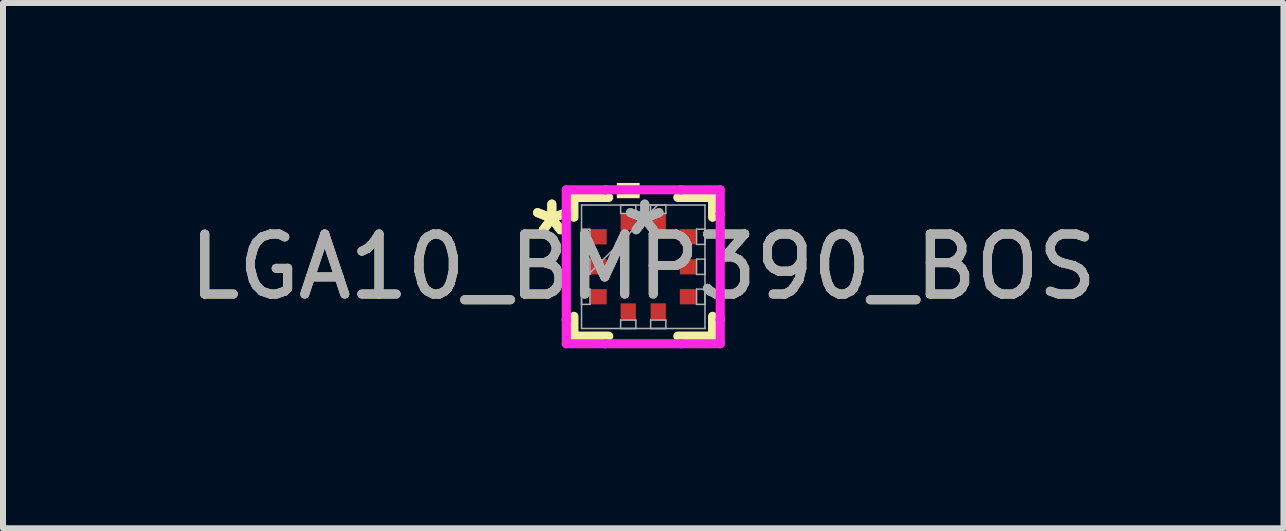
<source format=kicad_pcb>
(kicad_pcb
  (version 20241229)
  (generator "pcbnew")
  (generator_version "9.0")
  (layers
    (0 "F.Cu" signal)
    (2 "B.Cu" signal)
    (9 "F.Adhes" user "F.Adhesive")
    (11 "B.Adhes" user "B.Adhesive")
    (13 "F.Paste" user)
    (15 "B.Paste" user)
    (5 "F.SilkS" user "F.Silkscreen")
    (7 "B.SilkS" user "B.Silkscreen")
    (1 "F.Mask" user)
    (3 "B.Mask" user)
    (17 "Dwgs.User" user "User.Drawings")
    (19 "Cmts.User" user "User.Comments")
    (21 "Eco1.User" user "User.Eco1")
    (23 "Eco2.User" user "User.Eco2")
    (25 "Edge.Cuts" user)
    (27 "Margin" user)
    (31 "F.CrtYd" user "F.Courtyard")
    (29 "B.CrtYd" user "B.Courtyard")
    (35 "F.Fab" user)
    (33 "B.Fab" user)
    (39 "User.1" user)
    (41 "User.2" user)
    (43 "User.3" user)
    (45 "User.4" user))
  (footprint "LGA10_BMP390_BOS"
    (layer "F.Cu")
    (at 7.673 1.397)
    (property "Reference" "LGA10_BMP390_BOS" (at 0 0 0) (unlocked yes) (layer "F.SilkS") (effects (font (size 1 1) (thickness 0.15))))
    (attr smd)
    (fp_line (start -1.156 -1.156) (end -1.156 -0.826) (stroke (width 0.152) (type solid)) (layer "F.SilkS"))
    (fp_line (start -1.156 0.826) (end -1.156 1.156) (stroke (width 0.152) (type solid)) (layer "F.SilkS"))
    (fp_line (start -1.156 1.156) (end -0.576 1.156) (stroke (width 0.152) (type solid)) (layer "F.SilkS"))
    (fp_line (start -0.576 -1.156) (end -1.156 -1.156) (stroke (width 0.152) (type solid)) (layer "F.SilkS"))
    (fp_line (start 0.576 1.156) (end 1.156 1.156) (stroke (width 0.152) (type solid)) (layer "F.SilkS"))
    (fp_line (start 1.156 -1.156) (end 0.576 -1.156) (stroke (width 0.152) (type solid)) (layer "F.SilkS"))
    (fp_line (start 1.156 -0.826) (end 1.156 -1.156) (stroke (width 0.152) (type solid)) (layer "F.SilkS"))
    (fp_line (start 1.156 1.156) (end 1.156 0.826) (stroke (width 0.152) (type solid)) (layer "F.SilkS"))
    (fp_poly (pts (xy -0.441 -1.143) (xy -0.441 -1.397) (xy -0.06 -1.397) (xy -0.06 -1.143)) (stroke (width 0) (type solid)) (fill yes) (layer "F.SilkS"))
    (fp_line (start -1.283 -1.283) (end -0.631 -1.283) (stroke (width 0.152) (type solid)) (layer "F.CrtYd"))
    (fp_line (start -1.283 -0.881) (end -1.283 -1.283) (stroke (width 0.152) (type solid)) (layer "F.CrtYd"))
    (fp_line (start -1.283 -0.881) (end -1.283 -0.881) (stroke (width 0.152) (type solid)) (layer "F.CrtYd"))
    (fp_line (start -1.283 0.881) (end -1.283 -0.881) (stroke (width 0.152) (type solid)) (layer "F.CrtYd"))
    (fp_line (start -1.283 0.881) (end -1.283 0.881) (stroke (width 0.152) (type solid)) (layer "F.CrtYd"))
    (fp_line (start -1.283 1.283) (end -1.283 0.881) (stroke (width 0.152) (type solid)) (layer "F.CrtYd"))
    (fp_line (start -0.631 -1.283) (end -0.631 -1.283) (stroke (width 0.152) (type solid)) (layer "F.CrtYd"))
    (fp_line (start -0.631 -1.283) (end 0.631 -1.283) (stroke (width 0.152) (type solid)) (layer "F.CrtYd"))
    (fp_line (start -0.631 1.283) (end -1.283 1.283) (stroke (width 0.152) (type solid)) (layer "F.CrtYd"))
    (fp_line (start -0.631 1.283) (end -0.631 1.283) (stroke (width 0.152) (type solid)) (layer "F.CrtYd"))
    (fp_line (start 0.631 -1.283) (end 0.631 -1.283) (stroke (width 0.152) (type solid)) (layer "F.CrtYd"))
    (fp_line (start 0.631 -1.283) (end 1.283 -1.283) (stroke (width 0.152) (type solid)) (layer "F.CrtYd"))
    (fp_line (start 0.631 1.283) (end -0.631 1.283) (stroke (width 0.152) (type solid)) (layer "F.CrtYd"))
    (fp_line (start 0.631 1.283) (end 0.631 1.283) (stroke (width 0.152) (type solid)) (layer "F.CrtYd"))
    (fp_line (start 1.283 -1.283) (end 1.283 -0.881) (stroke (width 0.152) (type solid)) (layer "F.CrtYd"))
    (fp_line (start 1.283 -0.881) (end 1.283 -0.881) (stroke (width 0.152) (type solid)) (layer "F.CrtYd"))
    (fp_line (start 1.283 -0.881) (end 1.283 0.881) (stroke (width 0.152) (type solid)) (layer "F.CrtYd"))
    (fp_line (start 1.283 0.881) (end 1.283 0.881) (stroke (width 0.152) (type solid)) (layer "F.CrtYd"))
    (fp_line (start 1.283 0.881) (end 1.283 1.283) (stroke (width 0.152) (type solid)) (layer "F.CrtYd"))
    (fp_line (start 1.283 1.283) (end 0.631 1.283) (stroke (width 0.152) (type solid)) (layer "F.CrtYd"))
    (fp_line (start -1.029 -1.029) (end -1.029 1.029) (stroke (width 0.025) (type solid)) (layer "F.Fab"))
    (fp_line (start -1.029 -0.627) (end -0.889 -0.627) (stroke (width 0.025) (type solid)) (layer "F.Fab"))
    (fp_line (start -1.029 -0.373) (end -1.029 -0.627) (stroke (width 0.025) (type solid)) (layer "F.Fab"))
    (fp_line (start -1.029 -0.127) (end -0.889 -0.127) (stroke (width 0.025) (type solid)) (layer "F.Fab"))
    (fp_line (start -1.029 0.127) (end -1.029 -0.127) (stroke (width 0.025) (type solid)) (layer "F.Fab"))
    (fp_line (start -1.029 0.241) (end 0.241 -1.029) (stroke (width 0.025) (type solid)) (layer "F.Fab"))
    (fp_line (start -1.029 0.373) (end -0.889 0.373) (stroke (width 0.025) (type solid)) (layer "F.Fab"))
    (fp_line (start -1.029 0.627) (end -1.029 0.373) (stroke (width 0.025) (type solid)) (layer "F.Fab"))
    (fp_line (start -1.029 1.029) (end 1.029 1.029) (stroke (width 0.025) (type solid)) (layer "F.Fab"))
    (fp_line (start -0.889 -0.627) (end -0.889 -0.373) (stroke (width 0.025) (type solid)) (layer "F.Fab"))
    (fp_line (start -0.889 -0.373) (end -1.029 -0.373) (stroke (width 0.025) (type solid)) (layer "F.Fab"))
    (fp_line (start -0.889 -0.127) (end -0.889 0.127) (stroke (width 0.025) (type solid)) (layer "F.Fab"))
    (fp_line (start -0.889 0.127) (end -1.029 0.127) (stroke (width 0.025) (type solid)) (layer "F.Fab"))
    (fp_line (start -0.889 0.373) (end -0.889 0.627) (stroke (width 0.025) (type solid)) (layer "F.Fab"))
    (fp_line (start -0.889 0.627) (end -1.029 0.627) (stroke (width 0.025) (type solid)) (layer "F.Fab"))
    (fp_line (start -0.377 -1.029) (end -0.123 -1.029) (stroke (width 0.025) (type solid)) (layer "F.Fab"))
    (fp_line (start -0.377 -0.889) (end -0.377 -1.029) (stroke (width 0.025) (type solid)) (layer "F.Fab"))
    (fp_line (start -0.377 0.889) (end -0.123 0.889) (stroke (width 0.025) (type solid)) (layer "F.Fab"))
    (fp_line (start -0.377 1.029) (end -0.377 0.889) (stroke (width 0.025) (type solid)) (layer "F.Fab"))
    (fp_line (start -0.123 -1.029) (end -0.123 -0.889) (stroke (width 0.025) (type solid)) (layer "F.Fab"))
    (fp_line (start -0.123 -0.889) (end -0.377 -0.889) (stroke (width 0.025) (type solid)) (layer "F.Fab"))
    (fp_line (start -0.123 0.889) (end -0.123 1.029) (stroke (width 0.025) (type solid)) (layer "F.Fab"))
    (fp_line (start -0.123 1.029) (end -0.377 1.029) (stroke (width 0.025) (type solid)) (layer "F.Fab"))
    (fp_line (start 0.123 -1.029) (end 0.377 -1.029) (stroke (width 0.025) (type solid)) (layer "F.Fab"))
    (fp_line (start 0.123 -0.889) (end 0.123 -1.029) (stroke (width 0.025) (type solid)) (layer "F.Fab"))
    (fp_line (start 0.123 0.889) (end 0.377 0.889) (stroke (width 0.025) (type solid)) (layer "F.Fab"))
    (fp_line (start 0.123 1.029) (end 0.123 0.889) (stroke (width 0.025) (type solid)) (layer "F.Fab"))
    (fp_line (start 0.377 -1.029) (end 0.377 -0.889) (stroke (width 0.025) (type solid)) (layer "F.Fab"))
    (fp_line (start 0.377 -0.889) (end 0.123 -0.889) (stroke (width 0.025) (type solid)) (layer "F.Fab"))
    (fp_line (start 0.377 0.889) (end 0.377 1.029) (stroke (width 0.025) (type solid)) (layer "F.Fab"))
    (fp_line (start 0.377 1.029) (end 0.123 1.029) (stroke (width 0.025) (type solid)) (layer "F.Fab"))
    (fp_line (start 0.889 -0.627) (end 1.029 -0.627) (stroke (width 0.025) (type solid)) (layer "F.Fab"))
    (fp_line (start 0.889 -0.373) (end 0.889 -0.627) (stroke (width 0.025) (type solid)) (layer "F.Fab"))
    (fp_line (start 0.889 -0.127) (end 1.029 -0.127) (stroke (width 0.025) (type solid)) (layer "F.Fab"))
    (fp_line (start 0.889 0.127) (end 0.889 -0.127) (stroke (width 0.025) (type solid)) (layer "F.Fab"))
    (fp_line (start 0.889 0.373) (end 1.029 0.373) (stroke (width 0.025) (type solid)) (layer "F.Fab"))
    (fp_line (start 0.889 0.627) (end 0.889 0.373) (stroke (width 0.025) (type solid)) (layer "F.Fab"))
    (fp_line (start 1.029 -1.029) (end -1.029 -1.029) (stroke (width 0.025) (type solid)) (layer "F.Fab"))
    (fp_line (start 1.029 -0.627) (end 1.029 -0.373) (stroke (width 0.025) (type solid)) (layer "F.Fab"))
    (fp_line (start 1.029 -0.373) (end 0.889 -0.373) (stroke (width 0.025) (type solid)) (layer "F.Fab"))
    (fp_line (start 1.029 -0.127) (end 1.029 0.127) (stroke (width 0.025) (type solid)) (layer "F.Fab"))
    (fp_line (start 1.029 0.127) (end 0.889 0.127) (stroke (width 0.025) (type solid)) (layer "F.Fab"))
    (fp_line (start 1.029 0.373) (end 1.029 0.627) (stroke (width 0.025) (type solid)) (layer "F.Fab"))
    (fp_line (start 1.029 0.627) (end 0.889 0.627) (stroke (width 0.025) (type solid)) (layer "F.Fab"))
    (fp_line (start 1.029 1.029) (end 1.029 -1.029) (stroke (width 0.025) (type solid)) (layer "F.Fab"))
    (fp_text user "*" (at -1.524 -0.5 0) (unlocked yes) (layer "F.SilkS") (effects (font (size 1 1) (thickness 0.15))))
    (fp_text user "*" (at -1.524 -0.5 0) (layer "F.SilkS") (effects (font (size 1 1) (thickness 0.15))))
    (fp_text user "*" (at 0.025 -0.5 0) (layer "F.Fab") (effects (font (size 1 1) (thickness 0.15))))
    (fp_text user "${REFERENCE}" (at 0 0 0) (unlocked yes) (layer "F.Fab") (effects (font (size 1 1) (thickness 0.15))))
    (fp_text user "*" (at 0.025 -0.5 0) (unlocked yes) (layer "F.Fab") (effects (font (size 1 1) (thickness 0.15))))
    (pad "1" smd rect (at 0.25 -0.749) (size 0.254 0.279) (layers "F.Cu" "F.Mask" "F.Paste"))
    (pad "2" smd rect (at -0.25 -0.749) (size 0.254 0.279) (layers "F.Cu" "F.Mask" "F.Paste"))
    (pad "3" smd rect (at -0.749 -0.5 90) (size 0.254 0.279) (layers "F.Cu" "F.Mask" "F.Paste"))
    (pad "4" smd rect (at -0.749 0 90) (size 0.254 0.279) (layers "F.Cu" "F.Mask" "F.Paste"))
    (pad "5" smd rect (at -0.749 0.5 90) (size 0.254 0.279) (layers "F.Cu" "F.Mask" "F.Paste"))
    (pad "6" smd rect (at -0.25 0.749) (size 0.254 0.279) (layers "F.Cu" "F.Mask" "F.Paste"))
    (pad "7" smd rect (at 0.25 0.749) (size 0.254 0.279) (layers "F.Cu" "F.Mask" "F.Paste"))
    (pad "8" smd rect (at 0.749 0.5 90) (size 0.254 0.279) (layers "F.Cu" "F.Mask" "F.Paste"))
    (pad "9" smd rect (at 0.749 0 90) (size 0.254 0.279) (layers "F.Cu" "F.Mask" "F.Paste"))
    (pad "10" smd rect (at 0.749 -0.5 90) (size 0.254 0.279) (layers "F.Cu" "F.Mask" "F.Paste")))
  (gr_rect
    (start -3 -3)
    (end 18.345 5.756)
    (stroke (width 0.1) (type default))
    (fill no)
    (layer "Edge.Cuts")))
</source>
